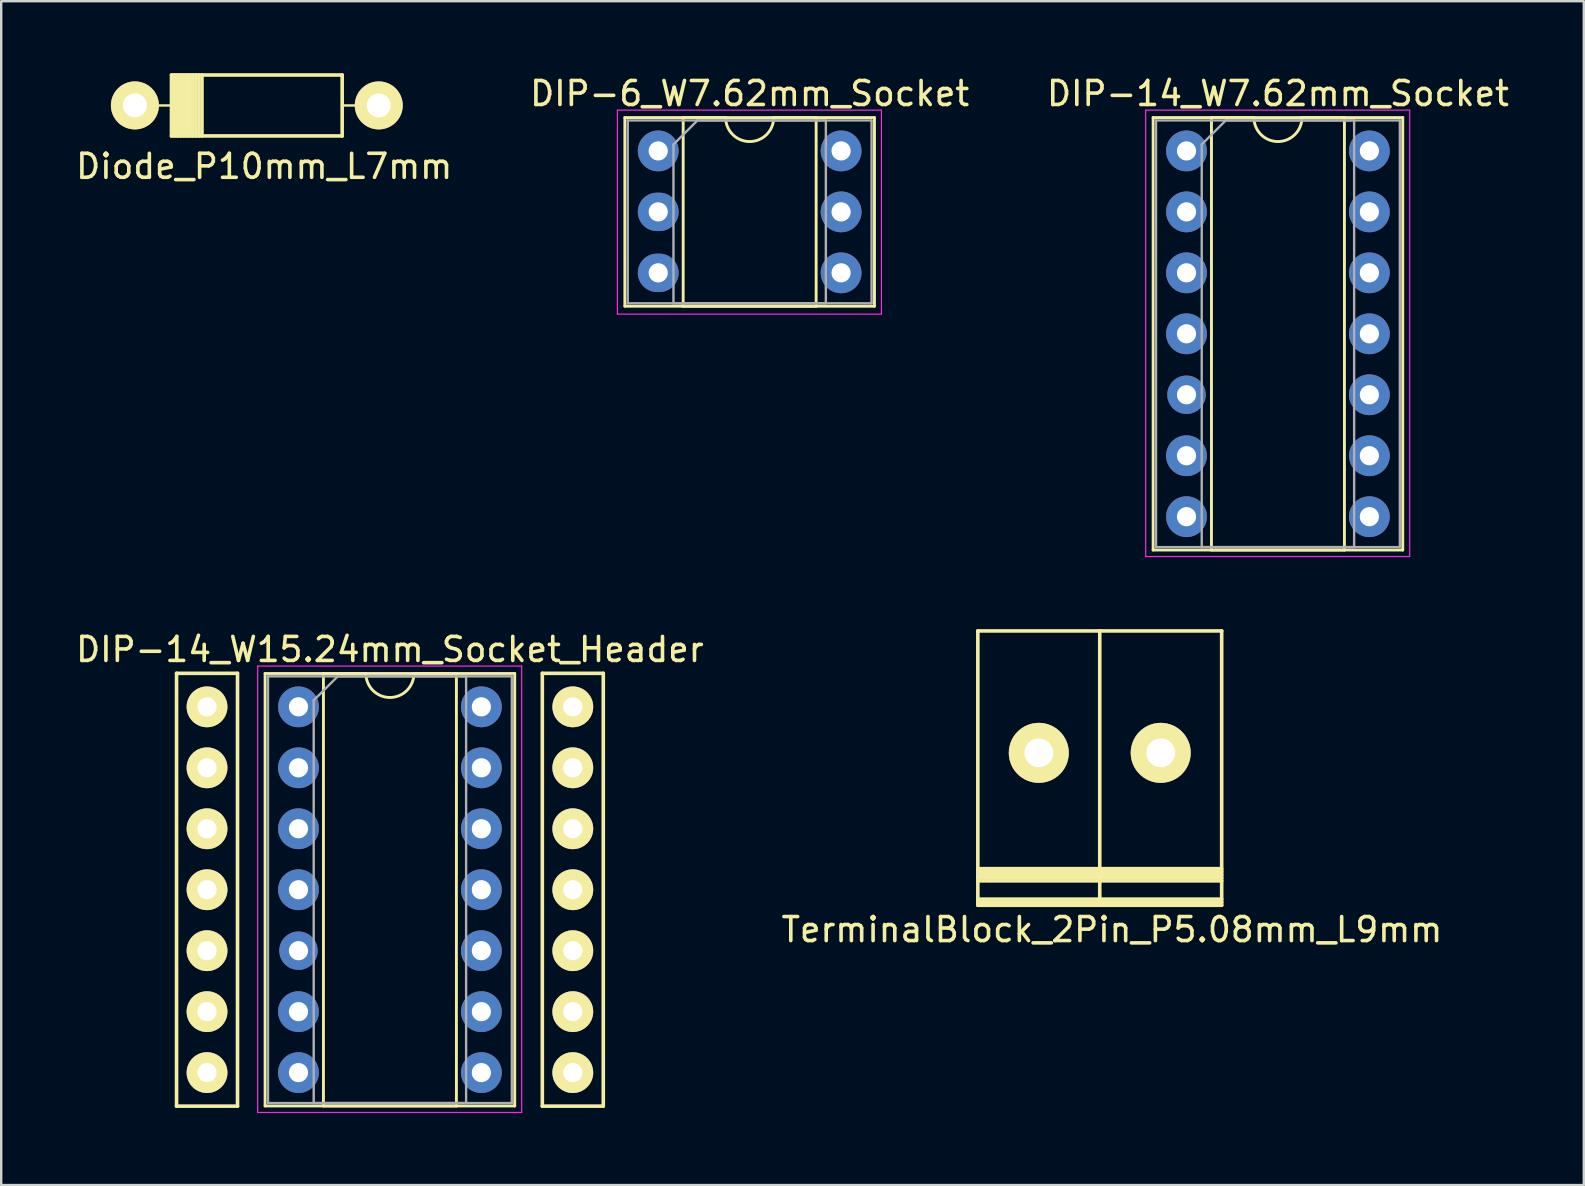
<source format=kicad_pcb>
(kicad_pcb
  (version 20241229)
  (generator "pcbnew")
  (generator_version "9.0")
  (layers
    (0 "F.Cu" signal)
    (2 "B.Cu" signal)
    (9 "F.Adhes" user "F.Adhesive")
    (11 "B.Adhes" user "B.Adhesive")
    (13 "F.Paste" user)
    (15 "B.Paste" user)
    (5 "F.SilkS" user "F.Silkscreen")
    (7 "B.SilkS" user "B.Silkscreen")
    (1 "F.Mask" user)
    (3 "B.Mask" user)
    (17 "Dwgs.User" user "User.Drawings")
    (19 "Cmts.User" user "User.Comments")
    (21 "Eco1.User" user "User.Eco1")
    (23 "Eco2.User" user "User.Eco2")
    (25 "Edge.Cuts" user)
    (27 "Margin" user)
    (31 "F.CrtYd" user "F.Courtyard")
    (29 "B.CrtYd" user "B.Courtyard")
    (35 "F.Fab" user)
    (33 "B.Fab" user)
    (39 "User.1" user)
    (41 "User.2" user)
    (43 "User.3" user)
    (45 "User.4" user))
  (footprint "Diode_P10mm_L7mm"
    (layer "F.Cu")
    (at 2.444 1.472)
    (property "Reference" "Diode_P10mm_L7mm" (at 5.514 2.41 0) (layer "F.SilkS") (effects (font (size 1 1) (thickness 0.15))))
    (attr through_hole)
    (fp_line (start 1.651 -1.397) (end 8.763 -1.397) (stroke (width 0.15) (type solid)) (layer "F.SilkS"))
    (fp_line (start 1.651 -0.127) (end 1.143 -0.127) (stroke (width 0.1) (type solid)) (layer "F.SilkS"))
    (fp_line (start 1.651 1.143) (end 1.651 -1.397) (stroke (width 0.15) (type solid)) (layer "F.SilkS"))
    (fp_line (start 1.778 -1.397) (end 1.778 1.143) (stroke (width 0.15) (type solid)) (layer "F.SilkS"))
    (fp_line (start 1.905 -1.397) (end 1.905 1.143) (stroke (width 0.15) (type solid)) (layer "F.SilkS"))
    (fp_line (start 2.032 -1.397) (end 2.032 1.143) (stroke (width 0.15) (type solid)) (layer "F.SilkS"))
    (fp_line (start 2.159 -1.397) (end 2.159 1.143) (stroke (width 0.15) (type solid)) (layer "F.SilkS"))
    (fp_line (start 2.286 -1.397) (end 2.286 1.143) (stroke (width 0.15) (type solid)) (layer "F.SilkS"))
    (fp_line (start 2.413 -1.397) (end 2.413 1.143) (stroke (width 0.15) (type solid)) (layer "F.SilkS"))
    (fp_line (start 2.54 -1.397) (end 2.54 1.143) (stroke (width 0.15) (type solid)) (layer "F.SilkS"))
    (fp_line (start 2.667 -1.397) (end 2.667 1.143) (stroke (width 0.15) (type solid)) (layer "F.SilkS"))
    (fp_line (start 2.794 -1.397) (end 2.794 1.143) (stroke (width 0.15) (type solid)) (layer "F.SilkS"))
    (fp_line (start 2.921 -1.397) (end 2.921 1.143) (stroke (width 0.15) (type solid)) (layer "F.SilkS"))
    (fp_line (start 8.763 -1.397) (end 8.763 1.143) (stroke (width 0.15) (type solid)) (layer "F.SilkS"))
    (fp_line (start 8.763 -0.127) (end 9.271 -0.127) (stroke (width 0.1) (type solid)) (layer "F.SilkS"))
    (fp_line (start 8.763 1.143) (end 1.651 1.143) (stroke (width 0.15) (type solid)) (layer "F.SilkS"))
    (pad "1" thru_hole circle (at 0.127 -0.13 180) (size 2 2) (drill 1) (layers "*.Cu" "*.Mask" "F.SilkS"))
    (pad "2" thru_hole circle (at 10.287 -0.13 180) (size 1.999 1.999) (drill 1) (layers "*.Cu" "*.Mask" "F.SilkS")))
  (footprint "DIP-14_W7.62mm_Socket"
    (layer "F.Cu")
    (at 46.386 3.238)
    (property "Reference" "DIP-14_W7.62mm_Socket" (at 3.81 -2.39 0) (layer "F.SilkS") (effects (font (size 1 1) (thickness 0.15))))
    (attr through_hole)
    (fp_line (start -1.39 -1.39) (end -1.39 16.63) (stroke (width 0.12) (type solid)) (layer "F.SilkS"))
    (fp_line (start -1.39 16.63) (end 9.01 16.63) (stroke (width 0.12) (type solid)) (layer "F.SilkS"))
    (fp_line (start 1.04 -1.39) (end 1.04 16.63) (stroke (width 0.12) (type solid)) (layer "F.SilkS"))
    (fp_line (start 1.04 16.63) (end 6.58 16.63) (stroke (width 0.12) (type solid)) (layer "F.SilkS"))
    (fp_line (start 2.81 -1.39) (end 1.04 -1.39) (stroke (width 0.12) (type solid)) (layer "F.SilkS"))
    (fp_line (start 6.58 -1.39) (end 4.81 -1.39) (stroke (width 0.12) (type solid)) (layer "F.SilkS"))
    (fp_line (start 6.58 16.63) (end 6.58 -1.39) (stroke (width 0.12) (type solid)) (layer "F.SilkS"))
    (fp_line (start 9.01 -1.39) (end -1.39 -1.39) (stroke (width 0.12) (type solid)) (layer "F.SilkS"))
    (fp_line (start 9.01 16.63) (end 9.01 -1.39) (stroke (width 0.12) (type solid)) (layer "F.SilkS"))
    (fp_arc (start 4.81 -1.39) (mid 3.81 -0.39) (end 2.81 -1.39) (stroke (width 0.12) (type solid)) (layer "F.SilkS"))
    (fp_line (start -1.7 -1.7) (end -1.7 16.9) (stroke (width 0.05) (type solid)) (layer "F.CrtYd"))
    (fp_line (start -1.7 16.9) (end 9.3 16.9) (stroke (width 0.05) (type solid)) (layer "F.CrtYd"))
    (fp_line (start 9.3 -1.7) (end -1.7 -1.7) (stroke (width 0.05) (type solid)) (layer "F.CrtYd"))
    (fp_line (start 9.3 16.9) (end 9.3 -1.7) (stroke (width 0.05) (type solid)) (layer "F.CrtYd"))
    (fp_line (start -1.27 -1.27) (end -1.27 16.51) (stroke (width 0.1) (type solid)) (layer "F.Fab"))
    (fp_line (start -1.27 16.51) (end 8.89 16.51) (stroke (width 0.1) (type solid)) (layer "F.Fab"))
    (fp_line (start 0.635 -0.27) (end 1.635 -1.27) (stroke (width 0.1) (type solid)) (layer "F.Fab"))
    (fp_line (start 0.635 16.51) (end 0.635 -0.27) (stroke (width 0.1) (type solid)) (layer "F.Fab"))
    (fp_line (start 1.635 -1.27) (end 6.985 -1.27) (stroke (width 0.1) (type solid)) (layer "F.Fab"))
    (fp_line (start 6.985 -1.27) (end 6.985 16.51) (stroke (width 0.1) (type solid)) (layer "F.Fab"))
    (fp_line (start 6.985 16.51) (end 0.635 16.51) (stroke (width 0.1) (type solid)) (layer "F.Fab"))
    (fp_line (start 8.89 -1.27) (end -1.27 -1.27) (stroke (width 0.1) (type solid)) (layer "F.Fab"))
    (fp_line (start 8.89 16.51) (end 8.89 -1.27) (stroke (width 0.1) (type solid)) (layer "F.Fab"))
    (pad "1" thru_hole circle (at 0 0) (size 1.7 1.7) (drill 0.8) (layers "*.Cu" "*.Mask"))
    (pad "2" thru_hole circle (at 0 2.54) (size 1.7 1.7) (drill 0.8) (layers "*.Cu" "*.Mask"))
    (pad "3" thru_hole circle (at 0 5.08) (size 1.7 1.7) (drill 0.8) (layers "*.Cu" "*.Mask"))
    (pad "4" thru_hole circle (at 0 7.62) (size 1.7 1.7) (drill 0.8) (layers "*.Cu" "*.Mask"))
    (pad "5" thru_hole oval (at 0 10.16) (size 1.6 1.6) (drill 0.8) (layers "*.Cu" "*.Mask"))
    (pad "6" thru_hole circle (at 0 12.7) (size 1.7 1.7) (drill 0.8) (layers "*.Cu" "*.Mask"))
    (pad "7" thru_hole circle (at 0 15.24) (size 1.7 1.7) (drill 0.8) (layers "*.Cu" "*.Mask"))
    (pad "8" thru_hole circle (at 7.62 15.24) (size 1.7 1.7) (drill 0.8) (layers "*.Cu" "*.Mask"))
    (pad "9" thru_hole circle (at 7.62 12.7) (size 1.7 1.7) (drill 0.8) (layers "*.Cu" "*.Mask"))
    (pad "10" thru_hole circle (at 7.62 10.16) (size 1.7 1.7) (drill 0.8) (layers "*.Cu" "*.Mask"))
    (pad "11" thru_hole circle (at 7.62 7.62) (size 1.7 1.7) (drill 0.8) (layers "*.Cu" "*.Mask"))
    (pad "12" thru_hole circle (at 7.62 5.08) (size 1.7 1.7) (drill 0.8) (layers "*.Cu" "*.Mask"))
    (pad "13" thru_hole circle (at 7.62 2.54) (size 1.7 1.7) (drill 0.8) (layers "*.Cu" "*.Mask"))
    (pad "14" thru_hole circle (at 7.62 0) (size 1.7 1.7) (drill 0.8) (layers "*.Cu" "*.Mask")))
  (footprint "TerminalBlock_2Pin_P5.08mm_L9mm"
    (layer "F.Cu")
    (at 40.232 28.318)
    (property "Reference" "TerminalBlock_2Pin_P5.08mm_L9mm" (at 3.048 7.366 0) (layer "F.SilkS") (effects (font (size 1 1) (thickness 0.15))))
    (attr through_hole)
    (fp_line (start -2.54 -5.08) (end -2.54 6.35) (stroke (width 0.15) (type solid)) (layer "F.SilkS"))
    (fp_line (start -2.54 4.826) (end 7.62 4.826) (stroke (width 0.15) (type solid)) (layer "F.SilkS"))
    (fp_line (start -2.54 5.207) (end 7.62 5.207) (stroke (width 0.15) (type solid)) (layer "F.SilkS"))
    (fp_line (start -2.54 5.334) (end 7.62 5.334) (stroke (width 0.15) (type solid)) (layer "F.SilkS"))
    (fp_line (start -2.54 6.096) (end 7.62 6.096) (stroke (width 0.15) (type solid)) (layer "F.SilkS"))
    (fp_line (start -2.54 6.35) (end 7.62 6.35) (stroke (width 0.15) (type solid)) (layer "F.SilkS"))
    (fp_line (start 2.54 -5.08) (end 2.54 6.35) (stroke (width 0.15) (type solid)) (layer "F.SilkS"))
    (fp_line (start 7.62 -5.08) (end -2.54 -5.08) (stroke (width 0.15) (type solid)) (layer "F.SilkS"))
    (fp_line (start 7.62 4.953) (end -2.54 4.953) (stroke (width 0.15) (type solid)) (layer "F.SilkS"))
    (fp_line (start 7.62 5.08) (end -2.54 5.08) (stroke (width 0.15) (type solid)) (layer "F.SilkS"))
    (fp_line (start 7.62 6.223) (end -2.54 6.223) (stroke (width 0.15) (type solid)) (layer "F.SilkS"))
    (fp_line (start 7.62 6.35) (end 7.62 -5.08) (stroke (width 0.15) (type solid)) (layer "F.SilkS"))
    (pad "1" thru_hole circle (at 0 0) (size 2.5 2.5) (drill 1.2) (layers "*.Cu" "*.Mask" "F.SilkS"))
    (pad "2" thru_hole circle (at 5.08 0) (size 2.5 2.5) (drill 1.2) (layers "*.Cu" "*.Mask" "F.SilkS")))
  (footprint "DIP-6_W7.62mm_Socket"
    (layer "F.Cu")
    (at 24.375 3.238)
    (property "Reference" "DIP-6_W7.62mm_Socket" (at 3.81 -2.39 0) (layer "F.SilkS") (effects (font (size 1 1) (thickness 0.15))))
    (attr through_hole)
    (fp_line (start -1.39 -1.39) (end -1.39 6.47) (stroke (width 0.12) (type solid)) (layer "F.SilkS"))
    (fp_line (start -1.39 6.47) (end 9.01 6.47) (stroke (width 0.12) (type solid)) (layer "F.SilkS"))
    (fp_line (start 1.04 -1.39) (end 1.04 6.47) (stroke (width 0.12) (type solid)) (layer "F.SilkS"))
    (fp_line (start 1.04 6.47) (end 6.58 6.47) (stroke (width 0.12) (type solid)) (layer "F.SilkS"))
    (fp_line (start 2.81 -1.39) (end 1.04 -1.39) (stroke (width 0.12) (type solid)) (layer "F.SilkS"))
    (fp_line (start 6.58 -1.39) (end 4.81 -1.39) (stroke (width 0.12) (type solid)) (layer "F.SilkS"))
    (fp_line (start 6.58 6.47) (end 6.58 -1.39) (stroke (width 0.12) (type solid)) (layer "F.SilkS"))
    (fp_line (start 9.01 -1.39) (end -1.39 -1.39) (stroke (width 0.12) (type solid)) (layer "F.SilkS"))
    (fp_line (start 9.01 6.47) (end 9.01 -1.39) (stroke (width 0.12) (type solid)) (layer "F.SilkS"))
    (fp_arc (start 4.81 -1.39) (mid 3.81 -0.39) (end 2.81 -1.39) (stroke (width 0.12) (type solid)) (layer "F.SilkS"))
    (fp_line (start -1.7 -1.7) (end -1.7 6.8) (stroke (width 0.05) (type solid)) (layer "F.CrtYd"))
    (fp_line (start -1.7 6.8) (end 9.3 6.8) (stroke (width 0.05) (type solid)) (layer "F.CrtYd"))
    (fp_line (start 9.3 -1.7) (end -1.7 -1.7) (stroke (width 0.05) (type solid)) (layer "F.CrtYd"))
    (fp_line (start 9.3 6.8) (end 9.3 -1.7) (stroke (width 0.05) (type solid)) (layer "F.CrtYd"))
    (fp_line (start -1.27 -1.27) (end -1.27 6.35) (stroke (width 0.1) (type solid)) (layer "F.Fab"))
    (fp_line (start -1.27 6.35) (end 8.89 6.35) (stroke (width 0.1) (type solid)) (layer "F.Fab"))
    (fp_line (start 0.635 -0.27) (end 1.635 -1.27) (stroke (width 0.1) (type solid)) (layer "F.Fab"))
    (fp_line (start 0.635 6.35) (end 0.635 -0.27) (stroke (width 0.1) (type solid)) (layer "F.Fab"))
    (fp_line (start 1.635 -1.27) (end 6.985 -1.27) (stroke (width 0.1) (type solid)) (layer "F.Fab"))
    (fp_line (start 6.985 -1.27) (end 6.985 6.35) (stroke (width 0.1) (type solid)) (layer "F.Fab"))
    (fp_line (start 6.985 6.35) (end 0.635 6.35) (stroke (width 0.1) (type solid)) (layer "F.Fab"))
    (fp_line (start 8.89 -1.27) (end -1.27 -1.27) (stroke (width 0.1) (type solid)) (layer "F.Fab"))
    (fp_line (start 8.89 6.35) (end 8.89 -1.27) (stroke (width 0.1) (type solid)) (layer "F.Fab"))
    (pad "1" thru_hole circle (at 0 0) (size 1.7 1.7) (drill 0.8) (layers "*.Cu" "*.Mask"))
    (pad "2" thru_hole oval (at 0 2.54) (size 1.7 1.6) (drill 0.8) (layers "*.Cu" "*.Mask"))
    (pad "3" thru_hole oval (at 0 5.08) (size 1.7 1.6) (drill 0.8) (layers "*.Cu" "*.Mask"))
    (pad "4" thru_hole circle (at 7.62 5.08) (size 1.7 1.7) (drill 0.8) (layers "*.Cu" "*.Mask"))
    (pad "5" thru_hole circle (at 7.62 2.54) (size 1.7 1.7) (drill 0.8) (layers "*.Cu" "*.Mask"))
    (pad "6" thru_hole circle (at 7.62 0) (size 1.7 1.7) (drill 0.8) (layers "*.Cu" "*.Mask")))
  (footprint "DIP-14_W15.24mm_Socket_Header"
    (layer "F.Cu")
    (at 9.386 26.401)
    (property "Reference" "DIP-14_W15.24mm_Socket_Header" (at 3.81 -2.39 0) (layer "F.SilkS") (effects (font (size 1 1) (thickness 0.15))))
    (attr through_hole)
    (fp_line (start -5.08 -1.397) (end -2.54 -1.397) (stroke (width 0.15) (type solid)) (layer "F.SilkS"))
    (fp_line (start -5.08 16.637) (end -5.08 -1.397) (stroke (width 0.15) (type solid)) (layer "F.SilkS"))
    (fp_line (start -2.54 -1.397) (end -2.54 16.637) (stroke (width 0.15) (type solid)) (layer "F.SilkS"))
    (fp_line (start -2.54 16.637) (end -5.08 16.637) (stroke (width 0.15) (type solid)) (layer "F.SilkS"))
    (fp_line (start -1.39 -1.39) (end -1.39 16.63) (stroke (width 0.12) (type solid)) (layer "F.SilkS"))
    (fp_line (start -1.39 16.63) (end 9.01 16.63) (stroke (width 0.12) (type solid)) (layer "F.SilkS"))
    (fp_line (start 1.04 -1.39) (end 1.04 16.63) (stroke (width 0.12) (type solid)) (layer "F.SilkS"))
    (fp_line (start 1.04 16.63) (end 6.58 16.63) (stroke (width 0.12) (type solid)) (layer "F.SilkS"))
    (fp_line (start 2.81 -1.39) (end 1.04 -1.39) (stroke (width 0.12) (type solid)) (layer "F.SilkS"))
    (fp_line (start 6.58 -1.39) (end 4.81 -1.39) (stroke (width 0.12) (type solid)) (layer "F.SilkS"))
    (fp_line (start 6.58 16.63) (end 6.58 -1.39) (stroke (width 0.12) (type solid)) (layer "F.SilkS"))
    (fp_line (start 9.01 -1.39) (end -1.39 -1.39) (stroke (width 0.12) (type solid)) (layer "F.SilkS"))
    (fp_line (start 9.01 16.63) (end 9.01 -1.39) (stroke (width 0.12) (type solid)) (layer "F.SilkS"))
    (fp_line (start 10.16 -1.397) (end 10.16 16.637) (stroke (width 0.15) (type solid)) (layer "F.SilkS"))
    (fp_line (start 10.16 16.637) (end 12.7 16.637) (stroke (width 0.15) (type solid)) (layer "F.SilkS"))
    (fp_line (start 12.7 -1.397) (end 10.16 -1.397) (stroke (width 0.15) (type solid)) (layer "F.SilkS"))
    (fp_line (start 12.7 16.637) (end 12.7 -1.397) (stroke (width 0.15) (type solid)) (layer "F.SilkS"))
    (fp_arc (start 4.81 -1.39) (mid 3.81 -0.39) (end 2.81 -1.39) (stroke (width 0.12) (type solid)) (layer "F.SilkS"))
    (fp_line (start -1.7 -1.7) (end -1.7 16.9) (stroke (width 0.05) (type solid)) (layer "F.CrtYd"))
    (fp_line (start -1.7 16.9) (end 9.3 16.9) (stroke (width 0.05) (type solid)) (layer "F.CrtYd"))
    (fp_line (start 9.3 -1.7) (end -1.7 -1.7) (stroke (width 0.05) (type solid)) (layer "F.CrtYd"))
    (fp_line (start 9.3 16.9) (end 9.3 -1.7) (stroke (width 0.05) (type solid)) (layer "F.CrtYd"))
    (fp_line (start -1.27 -1.27) (end -1.27 16.51) (stroke (width 0.1) (type solid)) (layer "F.Fab"))
    (fp_line (start -1.27 16.51) (end 8.89 16.51) (stroke (width 0.1) (type solid)) (layer "F.Fab"))
    (fp_line (start 0.635 -0.27) (end 1.635 -1.27) (stroke (width 0.1) (type solid)) (layer "F.Fab"))
    (fp_line (start 0.635 16.51) (end 0.635 -0.27) (stroke (width 0.1) (type solid)) (layer "F.Fab"))
    (fp_line (start 1.635 -1.27) (end 6.985 -1.27) (stroke (width 0.1) (type solid)) (layer "F.Fab"))
    (fp_line (start 6.985 -1.27) (end 6.985 16.51) (stroke (width 0.1) (type solid)) (layer "F.Fab"))
    (fp_line (start 6.985 16.51) (end 0.635 16.51) (stroke (width 0.1) (type solid)) (layer "F.Fab"))
    (fp_line (start 8.89 -1.27) (end -1.27 -1.27) (stroke (width 0.1) (type solid)) (layer "F.Fab"))
    (fp_line (start 8.89 16.51) (end 8.89 -1.27) (stroke (width 0.1) (type solid)) (layer "F.Fab"))
    (pad "1" thru_hole circle (at -3.81 0) (size 1.7 1.7) (drill 0.8) (layers "*.Cu" "*.Mask" "F.SilkS"))
    (pad "1" thru_hole circle (at 0 0) (size 1.7 1.7) (drill 0.8) (layers "*.Cu" "*.Mask"))
    (pad "2" thru_hole circle (at -3.81 2.54) (size 1.7 1.7) (drill 0.8) (layers "*.Cu" "*.Mask" "F.SilkS"))
    (pad "2" thru_hole circle (at 0 2.54) (size 1.7 1.7) (drill 0.8) (layers "*.Cu" "*.Mask"))
    (pad "3" thru_hole circle (at -3.81 5.08) (size 1.7 1.7) (drill 0.8) (layers "*.Cu" "*.Mask" "F.SilkS"))
    (pad "3" thru_hole circle (at 0 5.08) (size 1.7 1.7) (drill 0.8) (layers "*.Cu" "*.Mask"))
    (pad "4" thru_hole circle (at -3.81 7.62) (size 1.7 1.7) (drill 0.8) (layers "*.Cu" "*.Mask" "F.SilkS"))
    (pad "4" thru_hole circle (at 0 7.62) (size 1.7 1.7) (drill 0.8) (layers "*.Cu" "*.Mask"))
    (pad "5" thru_hole circle (at -3.81 10.16) (size 1.7 1.7) (drill 0.8) (layers "*.Cu" "*.Mask" "F.SilkS"))
    (pad "5" thru_hole oval (at 0 10.16) (size 1.6 1.6) (drill 0.8) (layers "*.Cu" "*.Mask"))
    (pad "6" thru_hole circle (at -3.81 12.7) (size 1.7 1.7) (drill 0.8) (layers "*.Cu" "*.Mask" "F.SilkS"))
    (pad "6" thru_hole circle (at 0 12.7) (size 1.7 1.7) (drill 0.8) (layers "*.Cu" "*.Mask"))
    (pad "7" thru_hole circle (at -3.81 15.24) (size 1.7 1.7) (drill 0.8) (layers "*.Cu" "*.Mask" "F.SilkS"))
    (pad "7" thru_hole circle (at 0 15.24) (size 1.7 1.7) (drill 0.8) (layers "*.Cu" "*.Mask"))
    (pad "8" thru_hole circle (at 7.62 15.24) (size 1.7 1.7) (drill 0.8) (layers "*.Cu" "*.Mask"))
    (pad "8" thru_hole circle (at 11.43 15.24) (size 1.7 1.7) (drill 0.8) (layers "*.Cu" "*.Mask" "F.SilkS"))
    (pad "9" thru_hole circle (at 7.62 12.7) (size 1.7 1.7) (drill 0.8) (layers "*.Cu" "*.Mask"))
    (pad "9" thru_hole circle (at 11.43 12.7) (size 1.7 1.7) (drill 0.8) (layers "*.Cu" "*.Mask" "F.SilkS"))
    (pad "10" thru_hole circle (at 7.62 10.16) (size 1.7 1.7) (drill 0.8) (layers "*.Cu" "*.Mask"))
    (pad "10" thru_hole circle (at 11.43 10.16) (size 1.7 1.7) (drill 0.8) (layers "*.Cu" "*.Mask" "F.SilkS"))
    (pad "11" thru_hole circle (at 7.62 7.62) (size 1.7 1.7) (drill 0.8) (layers "*.Cu" "*.Mask"))
    (pad "11" thru_hole circle (at 11.43 7.62) (size 1.7 1.7) (drill 0.8) (layers "*.Cu" "*.Mask" "F.SilkS"))
    (pad "12" thru_hole circle (at 7.62 5.08) (size 1.7 1.7) (drill 0.8) (layers "*.Cu" "*.Mask"))
    (pad "12" thru_hole circle (at 11.43 5.08) (size 1.7 1.7) (drill 0.8) (layers "*.Cu" "*.Mask" "F.SilkS"))
    (pad "13" thru_hole circle (at 7.62 2.54) (size 1.7 1.7) (drill 0.8) (layers "*.Cu" "*.Mask"))
    (pad "13" thru_hole circle (at 11.43 2.54) (size 1.7 1.7) (drill 0.8) (layers "*.Cu" "*.Mask" "F.SilkS"))
    (pad "14" thru_hole circle (at 7.62 0) (size 1.7 1.7) (drill 0.8) (layers "*.Cu" "*.Mask"))
    (pad "14" thru_hole circle (at 11.43 0) (size 1.7 1.7) (drill 0.8) (layers "*.Cu" "*.Mask" "F.SilkS")))
  (gr_rect
    (start -3 -3)
    (end 62.94 46.327)
    (stroke (width 0.1) (type default))
    (fill no)
    (layer "Edge.Cuts")))
</source>
